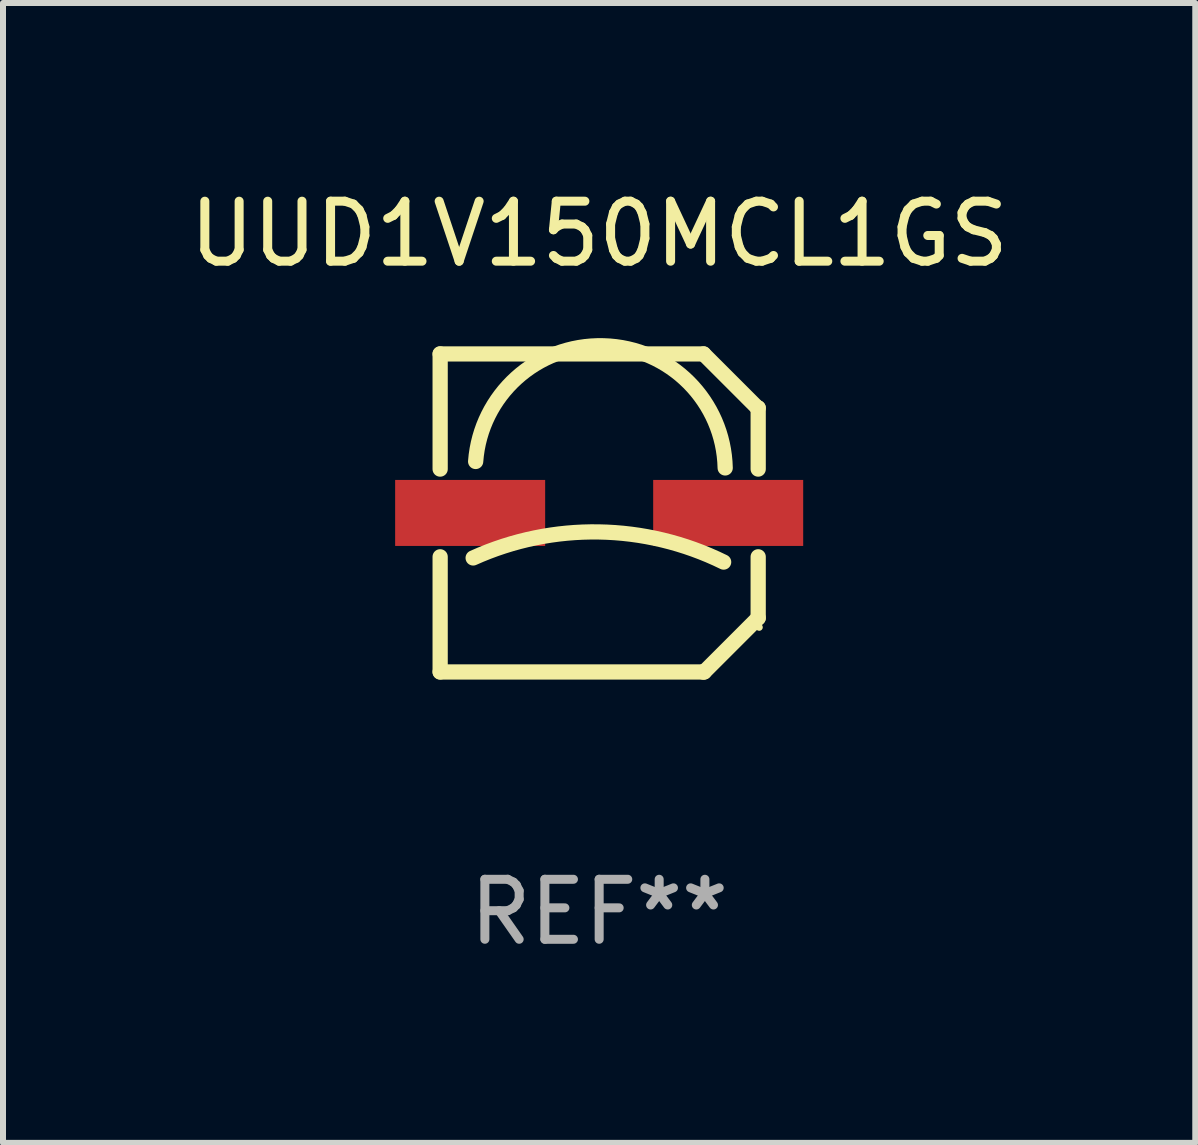
<source format=kicad_pcb>
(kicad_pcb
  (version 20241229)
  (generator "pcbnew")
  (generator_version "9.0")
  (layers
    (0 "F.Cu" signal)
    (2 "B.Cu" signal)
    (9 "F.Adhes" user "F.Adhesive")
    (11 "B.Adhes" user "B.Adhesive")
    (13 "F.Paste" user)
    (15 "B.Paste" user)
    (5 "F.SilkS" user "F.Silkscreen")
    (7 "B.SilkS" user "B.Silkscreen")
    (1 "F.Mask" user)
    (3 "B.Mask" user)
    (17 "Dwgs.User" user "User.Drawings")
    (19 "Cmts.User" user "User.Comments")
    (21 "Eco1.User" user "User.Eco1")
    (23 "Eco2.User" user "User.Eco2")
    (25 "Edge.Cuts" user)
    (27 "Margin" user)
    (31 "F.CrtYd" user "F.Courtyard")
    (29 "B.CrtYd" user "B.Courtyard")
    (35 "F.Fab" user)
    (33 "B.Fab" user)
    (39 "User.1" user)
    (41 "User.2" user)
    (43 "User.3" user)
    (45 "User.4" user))
  (footprint "UUD1V150MCL1GS"
    (layer "F.Cu")
    (at 6.935 5.498)
    (property "Reference" "UUD1V150MCL1GS" (at 0 -4.65 0) (layer "F.SilkS") (effects (font (size 1 1) (thickness 0.15))))
    (attr through_hole)
    (fp_line (start -2.65 -2.65) (end 1.74 -2.65) (stroke (width 0.254) (type solid)) (layer "F.SilkS"))
    (fp_line (start -2.65 -0.731) (end -2.65 -2.65) (stroke (width 0.254) (type solid)) (layer "F.SilkS"))
    (fp_line (start -2.65 2.65) (end -2.65 0.731) (stroke (width 0.254) (type solid)) (layer "F.SilkS"))
    (fp_line (start -2.65 2.65) (end 1.73 2.65) (stroke (width 0.254) (type solid)) (layer "F.SilkS"))
    (fp_line (start 1.73 2.65) (end 1.75 2.65) (stroke (width 0.254) (type solid)) (layer "F.SilkS"))
    (fp_line (start 1.75 2.65) (end 2.65 1.75) (stroke (width 0.254) (type solid)) (layer "F.SilkS"))
    (fp_line (start 2.64 -1.75) (end 1.74 -2.65) (stroke (width 0.254) (type solid)) (layer "F.SilkS"))
    (fp_line (start 2.65 -1.75) (end 2.64 -1.75) (stroke (width 0.254) (type solid)) (layer "F.SilkS"))
    (fp_line (start 2.65 -0.731) (end 2.65 -1.75) (stroke (width 0.254) (type solid)) (layer "F.SilkS"))
    (fp_line (start 2.65 1.75) (end 2.65 0.731) (stroke (width 0.254) (type solid)) (layer "F.SilkS"))
    (fp_arc (start -2.1 0.749886) (mid -0.005214 0.316693) (end 2.074168 0.818644) (stroke (width 0.254001) (type solid)) (layer "F.SilkS"))
    (fp_arc (start -2.058369 -0.857759) (mid 0.072137 -2.78601) (end 2.1 -0.750089) (stroke (width 0.254001) (type solid)) (layer "F.SilkS"))
    (fp_circle (center 2.667 1.905) (end 2.697 1.905) (stroke (width 0.06) (type solid)) (fill no) (layer "F.SilkS"))
    (fp_text user "REF**" (at 0 6.65 0) (layer "F.Fab") (effects (font (size 1 1) (thickness 0.15))))
    (pad "1" smd rect (at 2.15 0) (size 2.5 1.1) (layers "F.Cu" "F.Mask" "F.Paste"))
    (pad "2" smd rect (at -2.15 0) (size 2.5 1.1) (layers "F.Cu" "F.Mask" "F.Paste")))
  (gr_rect
    (start -3 -3)
    (end 16.869 15.996)
    (stroke (width 0.1) (type default))
    (fill no)
    (layer "Edge.Cuts")))
</source>
